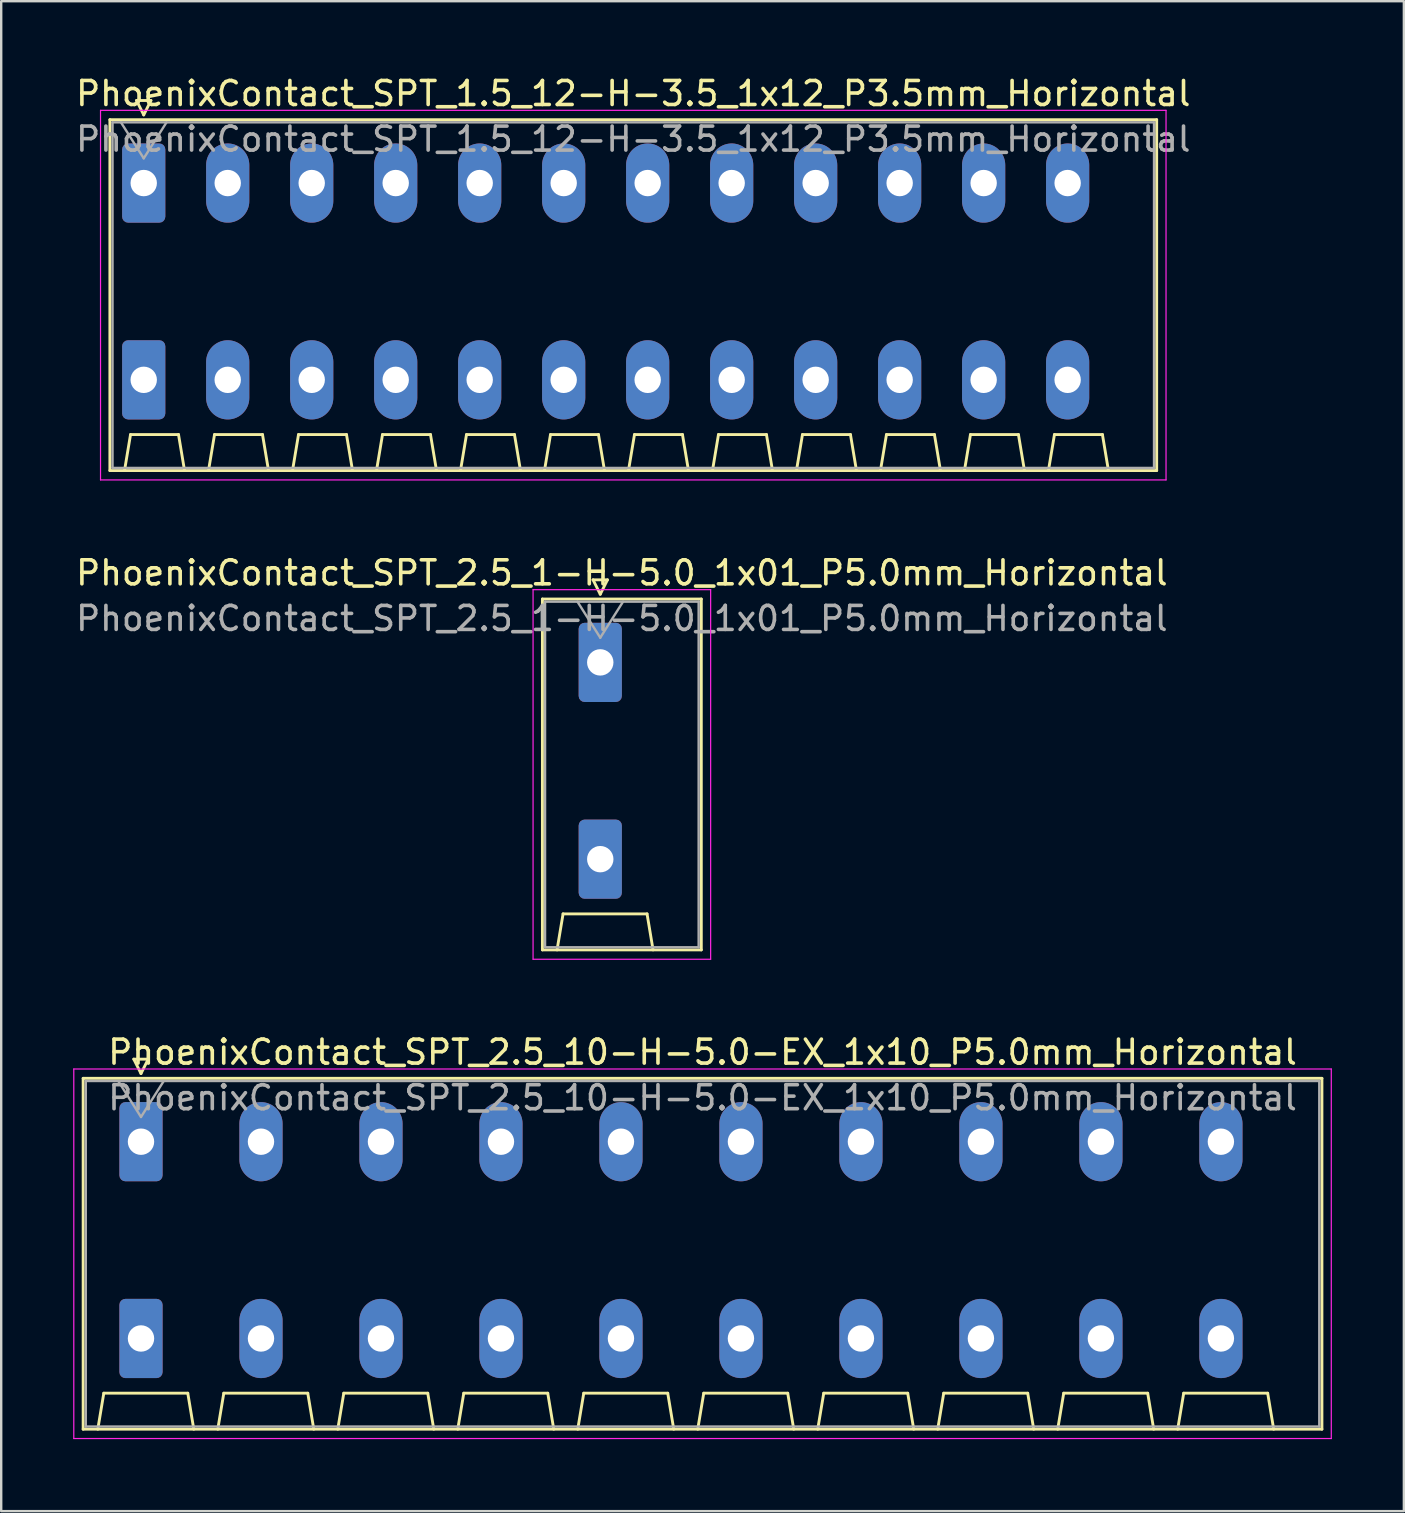
<source format=kicad_pcb>
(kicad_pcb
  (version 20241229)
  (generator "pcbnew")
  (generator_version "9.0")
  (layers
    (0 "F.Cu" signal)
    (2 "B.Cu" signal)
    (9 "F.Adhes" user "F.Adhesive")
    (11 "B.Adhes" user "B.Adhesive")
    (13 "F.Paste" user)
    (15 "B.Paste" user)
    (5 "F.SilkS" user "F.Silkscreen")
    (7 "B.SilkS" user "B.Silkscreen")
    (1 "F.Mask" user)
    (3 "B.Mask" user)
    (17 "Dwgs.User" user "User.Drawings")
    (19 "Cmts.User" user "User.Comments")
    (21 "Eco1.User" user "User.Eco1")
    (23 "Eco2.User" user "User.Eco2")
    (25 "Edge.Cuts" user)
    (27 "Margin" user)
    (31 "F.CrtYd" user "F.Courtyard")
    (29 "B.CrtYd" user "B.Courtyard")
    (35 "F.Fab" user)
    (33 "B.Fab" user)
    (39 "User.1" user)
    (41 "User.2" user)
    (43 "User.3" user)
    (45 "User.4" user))
  (footprint "PhoenixContact_SPT_2.5_1-H-5.0_1x01_P5.0mm_Horizontal"
    (layer "F.Cu")
    (at 21.963 24.552)
    (property "Reference" "PhoenixContact_SPT_2.5_1-H-5.0_1x01_P5.0mm_Horizontal" (at 0.9 -3.73 0) (layer "F.SilkS") (effects (font (size 1 1) (thickness 0.15))))
    (attr through_hole)
    (fp_line (start -2.41 -2.64) (end 4.21 -2.64) (stroke (width 0.12) (type solid)) (layer "F.SilkS"))
    (fp_line (start -2.41 11.98) (end -2.41 -2.64) (stroke (width 0.12) (type solid)) (layer "F.SilkS"))
    (fp_line (start -1.8 11.98) (end -1.55 10.48) (stroke (width 0.12) (type solid)) (layer "F.SilkS"))
    (fp_line (start -1.55 10.48) (end 1.95 10.48) (stroke (width 0.12) (type solid)) (layer "F.SilkS"))
    (fp_line (start -0.3 -3.44) (end 0 -2.84) (stroke (width 0.12) (type solid)) (layer "F.SilkS"))
    (fp_line (start -0.3 -3.44) (end 0.3 -3.44) (stroke (width 0.12) (type solid)) (layer "F.SilkS"))
    (fp_line (start 0.3 -3.44) (end 0 -2.84) (stroke (width 0.12) (type solid)) (layer "F.SilkS"))
    (fp_line (start 2.2 11.98) (end 1.95 10.48) (stroke (width 0.12) (type solid)) (layer "F.SilkS"))
    (fp_line (start 4.21 -2.64) (end 4.21 11.98) (stroke (width 0.12) (type solid)) (layer "F.SilkS"))
    (fp_line (start 4.21 11.98) (end -2.41 11.98) (stroke (width 0.12) (type solid)) (layer "F.SilkS"))
    (fp_line (start -2.8 -3.03) (end -2.8 12.37) (stroke (width 0.05) (type solid)) (layer "F.CrtYd"))
    (fp_line (start -2.8 12.37) (end 4.6 12.37) (stroke (width 0.05) (type solid)) (layer "F.CrtYd"))
    (fp_line (start 4.6 -3.03) (end -2.8 -3.03) (stroke (width 0.05) (type solid)) (layer "F.CrtYd"))
    (fp_line (start 4.6 12.37) (end 4.6 -3.03) (stroke (width 0.05) (type solid)) (layer "F.CrtYd"))
    (fp_line (start -2.3 -2.53) (end -2.3 11.87) (stroke (width 0.1) (type solid)) (layer "F.Fab"))
    (fp_line (start -2.3 11.87) (end 4.1 11.87) (stroke (width 0.1) (type solid)) (layer "F.Fab"))
    (fp_line (start -0.95 -2.53) (end 0 -1.03) (stroke (width 0.1) (type solid)) (layer "F.Fab"))
    (fp_line (start 0.95 -2.53) (end 0 -1.03) (stroke (width 0.1) (type solid)) (layer "F.Fab"))
    (fp_line (start 4.1 -2.53) (end -2.3 -2.53) (stroke (width 0.1) (type solid)) (layer "F.Fab"))
    (fp_line (start 4.1 11.87) (end 4.1 -2.53) (stroke (width 0.1) (type solid)) (layer "F.Fab"))
    (fp_text user "${REFERENCE}" (at 0.9 -1.83 0) (layer "F.Fab") (effects (font (size 1 1) (thickness 0.15))))
    (pad "1" thru_hole roundrect (at 0 0) (size 1.8 3.3) (drill 1.1) (layers "*.Cu" "*.Mask") (roundrect_rratio 0.139))
    (pad "1" thru_hole roundrect (at 0 8.2) (size 1.8 3.3) (drill 1.1) (layers "*.Cu" "*.Mask") (roundrect_rratio 0.139)))
  (footprint "PhoenixContact_SPT_2.5_10-H-5.0-EX_1x10_P5.0mm_Horizontal"
    (layer "F.Cu")
    (at 2.825 44.525)
    (property "Reference" "PhoenixContact_SPT_2.5_10-H-5.0-EX_1x10_P5.0mm_Horizontal" (at 23.4 -3.73 0) (layer "F.SilkS") (effects (font (size 1 1) (thickness 0.15))))
    (attr through_hole)
    (fp_line (start -2.41 -2.64) (end 49.21 -2.64) (stroke (width 0.12) (type solid)) (layer "F.SilkS"))
    (fp_line (start -2.41 11.98) (end -2.41 -2.64) (stroke (width 0.12) (type solid)) (layer "F.SilkS"))
    (fp_line (start -1.8 11.98) (end -1.55 10.48) (stroke (width 0.12) (type solid)) (layer "F.SilkS"))
    (fp_line (start -1.55 10.48) (end 1.95 10.48) (stroke (width 0.12) (type solid)) (layer "F.SilkS"))
    (fp_line (start -0.3 -3.44) (end 0 -2.84) (stroke (width 0.12) (type solid)) (layer "F.SilkS"))
    (fp_line (start -0.3 -3.44) (end 0.3 -3.44) (stroke (width 0.12) (type solid)) (layer "F.SilkS"))
    (fp_line (start 0.3 -3.44) (end 0 -2.84) (stroke (width 0.12) (type solid)) (layer "F.SilkS"))
    (fp_line (start 2.2 11.98) (end 1.95 10.48) (stroke (width 0.12) (type solid)) (layer "F.SilkS"))
    (fp_line (start 3.2 11.98) (end 3.45 10.48) (stroke (width 0.12) (type solid)) (layer "F.SilkS"))
    (fp_line (start 3.45 10.48) (end 6.95 10.48) (stroke (width 0.12) (type solid)) (layer "F.SilkS"))
    (fp_line (start 7.2 11.98) (end 6.95 10.48) (stroke (width 0.12) (type solid)) (layer "F.SilkS"))
    (fp_line (start 8.2 11.98) (end 8.45 10.48) (stroke (width 0.12) (type solid)) (layer "F.SilkS"))
    (fp_line (start 8.45 10.48) (end 11.95 10.48) (stroke (width 0.12) (type solid)) (layer "F.SilkS"))
    (fp_line (start 12.2 11.98) (end 11.95 10.48) (stroke (width 0.12) (type solid)) (layer "F.SilkS"))
    (fp_line (start 13.2 11.98) (end 13.45 10.48) (stroke (width 0.12) (type solid)) (layer "F.SilkS"))
    (fp_line (start 13.45 10.48) (end 16.95 10.48) (stroke (width 0.12) (type solid)) (layer "F.SilkS"))
    (fp_line (start 17.2 11.98) (end 16.95 10.48) (stroke (width 0.12) (type solid)) (layer "F.SilkS"))
    (fp_line (start 18.2 11.98) (end 18.45 10.48) (stroke (width 0.12) (type solid)) (layer "F.SilkS"))
    (fp_line (start 18.45 10.48) (end 21.95 10.48) (stroke (width 0.12) (type solid)) (layer "F.SilkS"))
    (fp_line (start 22.2 11.98) (end 21.95 10.48) (stroke (width 0.12) (type solid)) (layer "F.SilkS"))
    (fp_line (start 23.2 11.98) (end 23.45 10.48) (stroke (width 0.12) (type solid)) (layer "F.SilkS"))
    (fp_line (start 23.45 10.48) (end 26.95 10.48) (stroke (width 0.12) (type solid)) (layer "F.SilkS"))
    (fp_line (start 27.2 11.98) (end 26.95 10.48) (stroke (width 0.12) (type solid)) (layer "F.SilkS"))
    (fp_line (start 28.2 11.98) (end 28.45 10.48) (stroke (width 0.12) (type solid)) (layer "F.SilkS"))
    (fp_line (start 28.45 10.48) (end 31.95 10.48) (stroke (width 0.12) (type solid)) (layer "F.SilkS"))
    (fp_line (start 32.2 11.98) (end 31.95 10.48) (stroke (width 0.12) (type solid)) (layer "F.SilkS"))
    (fp_line (start 33.2 11.98) (end 33.45 10.48) (stroke (width 0.12) (type solid)) (layer "F.SilkS"))
    (fp_line (start 33.45 10.48) (end 36.95 10.48) (stroke (width 0.12) (type solid)) (layer "F.SilkS"))
    (fp_line (start 37.2 11.98) (end 36.95 10.48) (stroke (width 0.12) (type solid)) (layer "F.SilkS"))
    (fp_line (start 38.2 11.98) (end 38.45 10.48) (stroke (width 0.12) (type solid)) (layer "F.SilkS"))
    (fp_line (start 38.45 10.48) (end 41.95 10.48) (stroke (width 0.12) (type solid)) (layer "F.SilkS"))
    (fp_line (start 42.2 11.98) (end 41.95 10.48) (stroke (width 0.12) (type solid)) (layer "F.SilkS"))
    (fp_line (start 43.2 11.98) (end 43.45 10.48) (stroke (width 0.12) (type solid)) (layer "F.SilkS"))
    (fp_line (start 43.45 10.48) (end 46.95 10.48) (stroke (width 0.12) (type solid)) (layer "F.SilkS"))
    (fp_line (start 47.2 11.98) (end 46.95 10.48) (stroke (width 0.12) (type solid)) (layer "F.SilkS"))
    (fp_line (start 49.21 -2.64) (end 49.21 11.98) (stroke (width 0.12) (type solid)) (layer "F.SilkS"))
    (fp_line (start 49.21 11.98) (end -2.41 11.98) (stroke (width 0.12) (type solid)) (layer "F.SilkS"))
    (fp_line (start -2.8 -3.03) (end -2.8 12.37) (stroke (width 0.05) (type solid)) (layer "F.CrtYd"))
    (fp_line (start -2.8 12.37) (end 49.6 12.37) (stroke (width 0.05) (type solid)) (layer "F.CrtYd"))
    (fp_line (start 49.6 -3.03) (end -2.8 -3.03) (stroke (width 0.05) (type solid)) (layer "F.CrtYd"))
    (fp_line (start 49.6 12.37) (end 49.6 -3.03) (stroke (width 0.05) (type solid)) (layer "F.CrtYd"))
    (fp_line (start -2.3 -2.53) (end -2.3 11.87) (stroke (width 0.1) (type solid)) (layer "F.Fab"))
    (fp_line (start -2.3 11.87) (end 49.1 11.87) (stroke (width 0.1) (type solid)) (layer "F.Fab"))
    (fp_line (start -0.95 -2.53) (end 0 -1.03) (stroke (width 0.1) (type solid)) (layer "F.Fab"))
    (fp_line (start 0.95 -2.53) (end 0 -1.03) (stroke (width 0.1) (type solid)) (layer "F.Fab"))
    (fp_line (start 49.1 -2.53) (end -2.3 -2.53) (stroke (width 0.1) (type solid)) (layer "F.Fab"))
    (fp_line (start 49.1 11.87) (end 49.1 -2.53) (stroke (width 0.1) (type solid)) (layer "F.Fab"))
    (fp_text user "${REFERENCE}" (at 23.4 -1.83 0) (layer "F.Fab") (effects (font (size 1 1) (thickness 0.15))))
    (pad "1" thru_hole roundrect (at 0 0) (size 1.8 3.3) (drill 1.1) (layers "*.Cu" "*.Mask") (roundrect_rratio 0.139))
    (pad "1" thru_hole roundrect (at 0 8.2) (size 1.8 3.3) (drill 1.1) (layers "*.Cu" "*.Mask") (roundrect_rratio 0.139))
    (pad "2" thru_hole oval (at 5 0) (size 1.8 3.3) (drill 1.1) (layers "*.Cu" "*.Mask"))
    (pad "2" thru_hole oval (at 5 8.2) (size 1.8 3.3) (drill 1.1) (layers "*.Cu" "*.Mask"))
    (pad "3" thru_hole oval (at 10 0) (size 1.8 3.3) (drill 1.1) (layers "*.Cu" "*.Mask"))
    (pad "3" thru_hole oval (at 10 8.2) (size 1.8 3.3) (drill 1.1) (layers "*.Cu" "*.Mask"))
    (pad "4" thru_hole oval (at 15 0) (size 1.8 3.3) (drill 1.1) (layers "*.Cu" "*.Mask"))
    (pad "4" thru_hole oval (at 15 8.2) (size 1.8 3.3) (drill 1.1) (layers "*.Cu" "*.Mask"))
    (pad "5" thru_hole oval (at 20 0) (size 1.8 3.3) (drill 1.1) (layers "*.Cu" "*.Mask"))
    (pad "5" thru_hole oval (at 20 8.2) (size 1.8 3.3) (drill 1.1) (layers "*.Cu" "*.Mask"))
    (pad "6" thru_hole oval (at 25 0) (size 1.8 3.3) (drill 1.1) (layers "*.Cu" "*.Mask"))
    (pad "6" thru_hole oval (at 25 8.2) (size 1.8 3.3) (drill 1.1) (layers "*.Cu" "*.Mask"))
    (pad "7" thru_hole oval (at 30 0) (size 1.8 3.3) (drill 1.1) (layers "*.Cu" "*.Mask"))
    (pad "7" thru_hole oval (at 30 8.2) (size 1.8 3.3) (drill 1.1) (layers "*.Cu" "*.Mask"))
    (pad "8" thru_hole oval (at 35 0) (size 1.8 3.3) (drill 1.1) (layers "*.Cu" "*.Mask"))
    (pad "8" thru_hole oval (at 35 8.2) (size 1.8 3.3) (drill 1.1) (layers "*.Cu" "*.Mask"))
    (pad "9" thru_hole oval (at 40 0) (size 1.8 3.3) (drill 1.1) (layers "*.Cu" "*.Mask"))
    (pad "9" thru_hole oval (at 40 8.2) (size 1.8 3.3) (drill 1.1) (layers "*.Cu" "*.Mask"))
    (pad "10" thru_hole oval (at 45 0) (size 1.8 3.3) (drill 1.1) (layers "*.Cu" "*.Mask"))
    (pad "10" thru_hole oval (at 45 8.2) (size 1.8 3.3) (drill 1.1) (layers "*.Cu" "*.Mask")))
  (footprint "PhoenixContact_SPT_1.5_12-H-3.5_1x12_P3.5mm_Horizontal"
    (layer "F.Cu")
    (at 2.939 4.578)
    (property "Reference" "PhoenixContact_SPT_1.5_12-H-3.5_1x12_P3.5mm_Horizontal" (at 20.4 -3.73 0) (layer "F.SilkS") (effects (font (size 1 1) (thickness 0.15))))
    (attr through_hole)
    (fp_line (start -1.41 -2.64) (end 42.21 -2.64) (stroke (width 0.12) (type solid)) (layer "F.SilkS"))
    (fp_line (start -1.41 11.98) (end -1.41 -2.64) (stroke (width 0.12) (type solid)) (layer "F.SilkS"))
    (fp_line (start -0.8 11.98) (end -0.55 10.48) (stroke (width 0.12) (type solid)) (layer "F.SilkS"))
    (fp_line (start -0.55 10.48) (end 1.45 10.48) (stroke (width 0.12) (type solid)) (layer "F.SilkS"))
    (fp_line (start -0.3 -3.44) (end 0 -2.84) (stroke (width 0.12) (type solid)) (layer "F.SilkS"))
    (fp_line (start -0.3 -3.44) (end 0.3 -3.44) (stroke (width 0.12) (type solid)) (layer "F.SilkS"))
    (fp_line (start 0.3 -3.44) (end 0 -2.84) (stroke (width 0.12) (type solid)) (layer "F.SilkS"))
    (fp_line (start 1.7 11.98) (end 1.45 10.48) (stroke (width 0.12) (type solid)) (layer "F.SilkS"))
    (fp_line (start 2.7 11.98) (end 2.95 10.48) (stroke (width 0.12) (type solid)) (layer "F.SilkS"))
    (fp_line (start 2.95 10.48) (end 4.95 10.48) (stroke (width 0.12) (type solid)) (layer "F.SilkS"))
    (fp_line (start 5.2 11.98) (end 4.95 10.48) (stroke (width 0.12) (type solid)) (layer "F.SilkS"))
    (fp_line (start 6.2 11.98) (end 6.45 10.48) (stroke (width 0.12) (type solid)) (layer "F.SilkS"))
    (fp_line (start 6.45 10.48) (end 8.45 10.48) (stroke (width 0.12) (type solid)) (layer "F.SilkS"))
    (fp_line (start 8.7 11.98) (end 8.45 10.48) (stroke (width 0.12) (type solid)) (layer "F.SilkS"))
    (fp_line (start 9.7 11.98) (end 9.95 10.48) (stroke (width 0.12) (type solid)) (layer "F.SilkS"))
    (fp_line (start 9.95 10.48) (end 11.95 10.48) (stroke (width 0.12) (type solid)) (layer "F.SilkS"))
    (fp_line (start 12.2 11.98) (end 11.95 10.48) (stroke (width 0.12) (type solid)) (layer "F.SilkS"))
    (fp_line (start 13.2 11.98) (end 13.45 10.48) (stroke (width 0.12) (type solid)) (layer "F.SilkS"))
    (fp_line (start 13.45 10.48) (end 15.45 10.48) (stroke (width 0.12) (type solid)) (layer "F.SilkS"))
    (fp_line (start 15.7 11.98) (end 15.45 10.48) (stroke (width 0.12) (type solid)) (layer "F.SilkS"))
    (fp_line (start 16.7 11.98) (end 16.95 10.48) (stroke (width 0.12) (type solid)) (layer "F.SilkS"))
    (fp_line (start 16.95 10.48) (end 18.95 10.48) (stroke (width 0.12) (type solid)) (layer "F.SilkS"))
    (fp_line (start 19.2 11.98) (end 18.95 10.48) (stroke (width 0.12) (type solid)) (layer "F.SilkS"))
    (fp_line (start 20.2 11.98) (end 20.45 10.48) (stroke (width 0.12) (type solid)) (layer "F.SilkS"))
    (fp_line (start 20.45 10.48) (end 22.45 10.48) (stroke (width 0.12) (type solid)) (layer "F.SilkS"))
    (fp_line (start 22.7 11.98) (end 22.45 10.48) (stroke (width 0.12) (type solid)) (layer "F.SilkS"))
    (fp_line (start 23.7 11.98) (end 23.95 10.48) (stroke (width 0.12) (type solid)) (layer "F.SilkS"))
    (fp_line (start 23.95 10.48) (end 25.95 10.48) (stroke (width 0.12) (type solid)) (layer "F.SilkS"))
    (fp_line (start 26.2 11.98) (end 25.95 10.48) (stroke (width 0.12) (type solid)) (layer "F.SilkS"))
    (fp_line (start 27.2 11.98) (end 27.45 10.48) (stroke (width 0.12) (type solid)) (layer "F.SilkS"))
    (fp_line (start 27.45 10.48) (end 29.45 10.48) (stroke (width 0.12) (type solid)) (layer "F.SilkS"))
    (fp_line (start 29.7 11.98) (end 29.45 10.48) (stroke (width 0.12) (type solid)) (layer "F.SilkS"))
    (fp_line (start 30.7 11.98) (end 30.95 10.48) (stroke (width 0.12) (type solid)) (layer "F.SilkS"))
    (fp_line (start 30.95 10.48) (end 32.95 10.48) (stroke (width 0.12) (type solid)) (layer "F.SilkS"))
    (fp_line (start 33.2 11.98) (end 32.95 10.48) (stroke (width 0.12) (type solid)) (layer "F.SilkS"))
    (fp_line (start 34.2 11.98) (end 34.45 10.48) (stroke (width 0.12) (type solid)) (layer "F.SilkS"))
    (fp_line (start 34.45 10.48) (end 36.45 10.48) (stroke (width 0.12) (type solid)) (layer "F.SilkS"))
    (fp_line (start 36.7 11.98) (end 36.45 10.48) (stroke (width 0.12) (type solid)) (layer "F.SilkS"))
    (fp_line (start 37.7 11.98) (end 37.95 10.48) (stroke (width 0.12) (type solid)) (layer "F.SilkS"))
    (fp_line (start 37.95 10.48) (end 39.95 10.48) (stroke (width 0.12) (type solid)) (layer "F.SilkS"))
    (fp_line (start 40.2 11.98) (end 39.95 10.48) (stroke (width 0.12) (type solid)) (layer "F.SilkS"))
    (fp_line (start 42.21 -2.64) (end 42.21 11.98) (stroke (width 0.12) (type solid)) (layer "F.SilkS"))
    (fp_line (start 42.21 11.98) (end -1.41 11.98) (stroke (width 0.12) (type solid)) (layer "F.SilkS"))
    (fp_line (start -1.8 -3.03) (end -1.8 12.37) (stroke (width 0.05) (type solid)) (layer "F.CrtYd"))
    (fp_line (start -1.8 12.37) (end 42.6 12.37) (stroke (width 0.05) (type solid)) (layer "F.CrtYd"))
    (fp_line (start 42.6 -3.03) (end -1.8 -3.03) (stroke (width 0.05) (type solid)) (layer "F.CrtYd"))
    (fp_line (start 42.6 12.37) (end 42.6 -3.03) (stroke (width 0.05) (type solid)) (layer "F.CrtYd"))
    (fp_line (start -1.3 -2.53) (end -1.3 11.87) (stroke (width 0.1) (type solid)) (layer "F.Fab"))
    (fp_line (start -1.3 11.87) (end 42.1 11.87) (stroke (width 0.1) (type solid)) (layer "F.Fab"))
    (fp_line (start -0.95 -2.53) (end 0 -1.03) (stroke (width 0.1) (type solid)) (layer "F.Fab"))
    (fp_line (start 0.95 -2.53) (end 0 -1.03) (stroke (width 0.1) (type solid)) (layer "F.Fab"))
    (fp_line (start 42.1 -2.53) (end -1.3 -2.53) (stroke (width 0.1) (type solid)) (layer "F.Fab"))
    (fp_line (start 42.1 11.87) (end 42.1 -2.53) (stroke (width 0.1) (type solid)) (layer "F.Fab"))
    (fp_text user "${REFERENCE}" (at 20.4 -1.83 0) (layer "F.Fab") (effects (font (size 1 1) (thickness 0.15))))
    (pad "1" thru_hole roundrect (at 0 0) (size 1.8 3.3) (drill 1.1) (layers "*.Cu" "*.Mask") (roundrect_rratio 0.139))
    (pad "1" thru_hole roundrect (at 0 8.2) (size 1.8 3.3) (drill 1.1) (layers "*.Cu" "*.Mask") (roundrect_rratio 0.139))
    (pad "2" thru_hole oval (at 3.5 0) (size 1.8 3.3) (drill 1.1) (layers "*.Cu" "*.Mask"))
    (pad "2" thru_hole oval (at 3.5 8.2) (size 1.8 3.3) (drill 1.1) (layers "*.Cu" "*.Mask"))
    (pad "3" thru_hole oval (at 7 0) (size 1.8 3.3) (drill 1.1) (layers "*.Cu" "*.Mask"))
    (pad "3" thru_hole oval (at 7 8.2) (size 1.8 3.3) (drill 1.1) (layers "*.Cu" "*.Mask"))
    (pad "4" thru_hole oval (at 10.5 0) (size 1.8 3.3) (drill 1.1) (layers "*.Cu" "*.Mask"))
    (pad "4" thru_hole oval (at 10.5 8.2) (size 1.8 3.3) (drill 1.1) (layers "*.Cu" "*.Mask"))
    (pad "5" thru_hole oval (at 14 0) (size 1.8 3.3) (drill 1.1) (layers "*.Cu" "*.Mask"))
    (pad "5" thru_hole oval (at 14 8.2) (size 1.8 3.3) (drill 1.1) (layers "*.Cu" "*.Mask"))
    (pad "6" thru_hole oval (at 17.5 0) (size 1.8 3.3) (drill 1.1) (layers "*.Cu" "*.Mask"))
    (pad "6" thru_hole oval (at 17.5 8.2) (size 1.8 3.3) (drill 1.1) (layers "*.Cu" "*.Mask"))
    (pad "7" thru_hole oval (at 21 0) (size 1.8 3.3) (drill 1.1) (layers "*.Cu" "*.Mask"))
    (pad "7" thru_hole oval (at 21 8.2) (size 1.8 3.3) (drill 1.1) (layers "*.Cu" "*.Mask"))
    (pad "8" thru_hole oval (at 24.5 0) (size 1.8 3.3) (drill 1.1) (layers "*.Cu" "*.Mask"))
    (pad "8" thru_hole oval (at 24.5 8.2) (size 1.8 3.3) (drill 1.1) (layers "*.Cu" "*.Mask"))
    (pad "9" thru_hole oval (at 28 0) (size 1.8 3.3) (drill 1.1) (layers "*.Cu" "*.Mask"))
    (pad "9" thru_hole oval (at 28 8.2) (size 1.8 3.3) (drill 1.1) (layers "*.Cu" "*.Mask"))
    (pad "10" thru_hole oval (at 31.5 0) (size 1.8 3.3) (drill 1.1) (layers "*.Cu" "*.Mask"))
    (pad "10" thru_hole oval (at 31.5 8.2) (size 1.8 3.3) (drill 1.1) (layers "*.Cu" "*.Mask"))
    (pad "11" thru_hole oval (at 35 0) (size 1.8 3.3) (drill 1.1) (layers "*.Cu" "*.Mask"))
    (pad "11" thru_hole oval (at 35 8.2) (size 1.8 3.3) (drill 1.1) (layers "*.Cu" "*.Mask"))
    (pad "12" thru_hole oval (at 38.5 0) (size 1.8 3.3) (drill 1.1) (layers "*.Cu" "*.Mask"))
    (pad "12" thru_hole oval (at 38.5 8.2) (size 1.8 3.3) (drill 1.1) (layers "*.Cu" "*.Mask")))
  (gr_rect
    (start -3 -3)
    (end 55.45 59.92)
    (stroke (width 0.1) (type default))
    (fill no)
    (layer "Edge.Cuts")))
</source>
